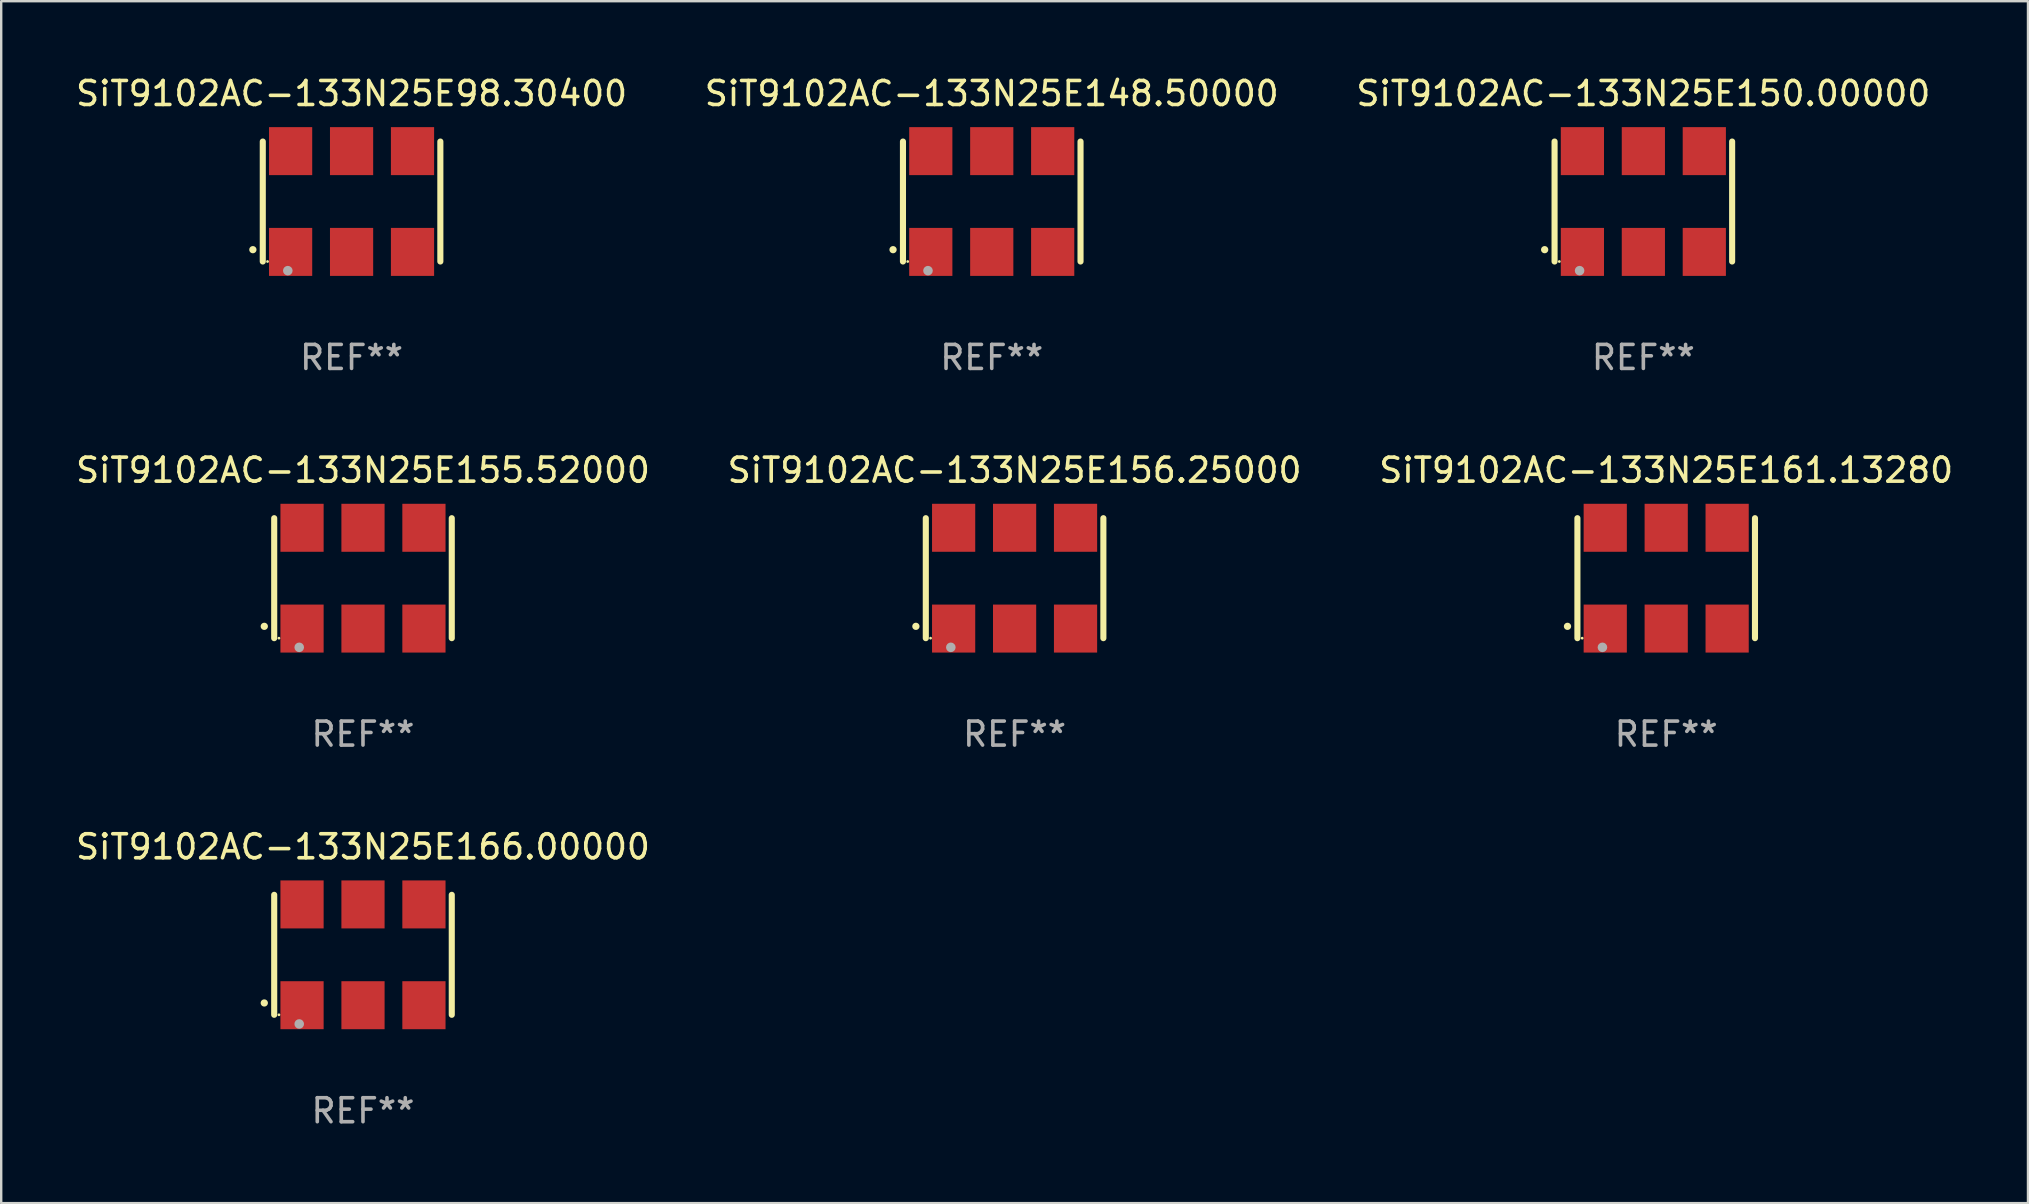
<source format=kicad_pcb>
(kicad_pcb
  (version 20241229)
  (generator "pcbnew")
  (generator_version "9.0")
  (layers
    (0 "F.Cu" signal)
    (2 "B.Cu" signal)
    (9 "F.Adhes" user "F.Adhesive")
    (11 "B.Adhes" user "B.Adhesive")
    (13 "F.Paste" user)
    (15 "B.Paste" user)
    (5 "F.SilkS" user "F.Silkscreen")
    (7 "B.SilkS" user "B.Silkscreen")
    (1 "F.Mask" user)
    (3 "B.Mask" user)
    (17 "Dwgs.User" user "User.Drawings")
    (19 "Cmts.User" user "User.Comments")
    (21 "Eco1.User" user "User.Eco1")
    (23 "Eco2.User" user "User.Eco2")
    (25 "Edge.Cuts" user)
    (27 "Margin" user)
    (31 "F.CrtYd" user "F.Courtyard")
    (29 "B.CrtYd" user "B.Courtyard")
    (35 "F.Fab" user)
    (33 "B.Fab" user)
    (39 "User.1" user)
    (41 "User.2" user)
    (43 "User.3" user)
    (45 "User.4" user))
  (footprint "SiT9102AC-133N25E98.30400"
    (layer "F.Cu")
    (at 11.601 5.348)
    (property "Reference" "SiT9102AC-133N25E98.30400" (at 0 -4.5 0) (layer "F.SilkS") (effects (font (size 1 1) (thickness 0.15))))
    (attr through_hole)
    (fp_line (start -3.7 -2.5) (end -3.7 2.5) (stroke (width 0.254) (type solid)) (layer "F.SilkS"))
    (fp_line (start 3.7 -2.5) (end 3.7 2.5) (stroke (width 0.254) (type solid)) (layer "F.SilkS"))
    (fp_arc (start -4.114415 2.006604) (mid -4.113145 2.006599) (end -4.111875 2.006604) (stroke (width 0.3) (type solid)) (layer "F.SilkS"))
    (fp_circle (center -3.502 2.5) (end -3.472 2.5) (stroke (width 0.06) (type solid)) (fill no) (layer "F.SilkS"))
    (fp_circle (center -2.657 2.882) (end -2.557 2.882) (stroke (width 0.2) (type solid)) (fill no) (layer "F.Fab"))
    (fp_text user "REF**" (at 0 6.5 0) (layer "F.Fab") (effects (font (size 1 1) (thickness 0.15))))
    (pad "1" smd rect (at -2.54 2.1) (size 1.8 2) (layers "F.Cu" "F.Mask" "F.Paste"))
    (pad "2" smd rect (at 0.000394 2.1) (size 1.8 2) (layers "F.Cu" "F.Mask" "F.Paste"))
    (pad "3" smd rect (at 2.54 2.1) (size 1.8 2) (layers "F.Cu" "F.Mask" "F.Paste"))
    (pad "4" smd rect (at 2.54 -2.1) (size 1.8 2) (layers "F.Cu" "F.Mask" "F.Paste"))
    (pad "5" smd rect (at 0.000394 -2.1) (size 1.8 2) (layers "F.Cu" "F.Mask" "F.Paste"))
    (pad "6" smd rect (at -2.54 -2.1) (size 1.8 2) (layers "F.Cu" "F.Mask" "F.Paste")))
  (footprint "SiT9102AC-133N25E150.00000"
    (layer "F.Cu")
    (at 65.435 5.348)
    (property "Reference" "SiT9102AC-133N25E150.00000" (at 0 -4.5 0) (layer "F.SilkS") (effects (font (size 1 1) (thickness 0.15))))
    (attr through_hole)
    (fp_line (start -3.7 -2.5) (end -3.7 2.5) (stroke (width 0.254) (type solid)) (layer "F.SilkS"))
    (fp_line (start 3.7 -2.5) (end 3.7 2.5) (stroke (width 0.254) (type solid)) (layer "F.SilkS"))
    (fp_arc (start -4.114415 2.006604) (mid -4.113145 2.006599) (end -4.111875 2.006604) (stroke (width 0.3) (type solid)) (layer "F.SilkS"))
    (fp_circle (center -3.502 2.5) (end -3.472 2.5) (stroke (width 0.06) (type solid)) (fill no) (layer "F.SilkS"))
    (fp_circle (center -2.657 2.882) (end -2.557 2.882) (stroke (width 0.2) (type solid)) (fill no) (layer "F.Fab"))
    (fp_text user "REF**" (at 0 6.5 0) (layer "F.Fab") (effects (font (size 1 1) (thickness 0.15))))
    (pad "1" smd rect (at -2.54 2.1) (size 1.8 2) (layers "F.Cu" "F.Mask" "F.Paste"))
    (pad "2" smd rect (at 0.000394 2.1) (size 1.8 2) (layers "F.Cu" "F.Mask" "F.Paste"))
    (pad "3" smd rect (at 2.54 2.1) (size 1.8 2) (layers "F.Cu" "F.Mask" "F.Paste"))
    (pad "4" smd rect (at 2.54 -2.1) (size 1.8 2) (layers "F.Cu" "F.Mask" "F.Paste"))
    (pad "5" smd rect (at 0.000394 -2.1) (size 1.8 2) (layers "F.Cu" "F.Mask" "F.Paste"))
    (pad "6" smd rect (at -2.54 -2.1) (size 1.8 2) (layers "F.Cu" "F.Mask" "F.Paste")))
  (footprint "SiT9102AC-133N25E161.13280"
    (layer "F.Cu")
    (at 66.387 21.045)
    (property "Reference" "SiT9102AC-133N25E161.13280" (at 0 -4.5 0) (layer "F.SilkS") (effects (font (size 1 1) (thickness 0.15))))
    (attr through_hole)
    (fp_line (start -3.7 -2.5) (end -3.7 2.5) (stroke (width 0.254) (type solid)) (layer "F.SilkS"))
    (fp_line (start 3.7 -2.5) (end 3.7 2.5) (stroke (width 0.254) (type solid)) (layer "F.SilkS"))
    (fp_arc (start -4.114415 2.006604) (mid -4.113145 2.006599) (end -4.111875 2.006604) (stroke (width 0.3) (type solid)) (layer "F.SilkS"))
    (fp_circle (center -3.502 2.5) (end -3.472 2.5) (stroke (width 0.06) (type solid)) (fill no) (layer "F.SilkS"))
    (fp_circle (center -2.657 2.882) (end -2.557 2.882) (stroke (width 0.2) (type solid)) (fill no) (layer "F.Fab"))
    (fp_text user "REF**" (at 0 6.5 0) (layer "F.Fab") (effects (font (size 1 1) (thickness 0.15))))
    (pad "1" smd rect (at -2.54 2.1) (size 1.8 2) (layers "F.Cu" "F.Mask" "F.Paste"))
    (pad "2" smd rect (at 0.000394 2.1) (size 1.8 2) (layers "F.Cu" "F.Mask" "F.Paste"))
    (pad "3" smd rect (at 2.54 2.1) (size 1.8 2) (layers "F.Cu" "F.Mask" "F.Paste"))
    (pad "4" smd rect (at 2.54 -2.1) (size 1.8 2) (layers "F.Cu" "F.Mask" "F.Paste"))
    (pad "5" smd rect (at 0.000394 -2.1) (size 1.8 2) (layers "F.Cu" "F.Mask" "F.Paste"))
    (pad "6" smd rect (at -2.54 -2.1) (size 1.8 2) (layers "F.Cu" "F.Mask" "F.Paste")))
  (footprint "SiT9102AC-133N25E166.00000"
    (layer "F.Cu")
    (at 12.077 36.741)
    (property "Reference" "SiT9102AC-133N25E166.00000" (at 0 -4.5 0) (layer "F.SilkS") (effects (font (size 1 1) (thickness 0.15))))
    (attr through_hole)
    (fp_line (start -3.7 -2.5) (end -3.7 2.5) (stroke (width 0.254) (type solid)) (layer "F.SilkS"))
    (fp_line (start 3.7 -2.5) (end 3.7 2.5) (stroke (width 0.254) (type solid)) (layer "F.SilkS"))
    (fp_arc (start -4.114415 2.006604) (mid -4.113145 2.006599) (end -4.111875 2.006604) (stroke (width 0.3) (type solid)) (layer "F.SilkS"))
    (fp_circle (center -3.502 2.5) (end -3.472 2.5) (stroke (width 0.06) (type solid)) (fill no) (layer "F.SilkS"))
    (fp_circle (center -2.657 2.882) (end -2.557 2.882) (stroke (width 0.2) (type solid)) (fill no) (layer "F.Fab"))
    (fp_text user "REF**" (at 0 6.5 0) (layer "F.Fab") (effects (font (size 1 1) (thickness 0.15))))
    (pad "1" smd rect (at -2.54 2.1) (size 1.8 2) (layers "F.Cu" "F.Mask" "F.Paste"))
    (pad "2" smd rect (at 0.000394 2.1) (size 1.8 2) (layers "F.Cu" "F.Mask" "F.Paste"))
    (pad "3" smd rect (at 2.54 2.1) (size 1.8 2) (layers "F.Cu" "F.Mask" "F.Paste"))
    (pad "4" smd rect (at 2.54 -2.1) (size 1.8 2) (layers "F.Cu" "F.Mask" "F.Paste"))
    (pad "5" smd rect (at 0.000394 -2.1) (size 1.8 2) (layers "F.Cu" "F.Mask" "F.Paste"))
    (pad "6" smd rect (at -2.54 -2.1) (size 1.8 2) (layers "F.Cu" "F.Mask" "F.Paste")))
  (footprint "SiT9102AC-133N25E156.25000"
    (layer "F.Cu")
    (at 39.232 21.045)
    (property "Reference" "SiT9102AC-133N25E156.25000" (at 0 -4.5 0) (layer "F.SilkS") (effects (font (size 1 1) (thickness 0.15))))
    (attr through_hole)
    (fp_line (start -3.7 -2.5) (end -3.7 2.5) (stroke (width 0.254) (type solid)) (layer "F.SilkS"))
    (fp_line (start 3.7 -2.5) (end 3.7 2.5) (stroke (width 0.254) (type solid)) (layer "F.SilkS"))
    (fp_arc (start -4.114415 2.006604) (mid -4.113145 2.006599) (end -4.111875 2.006604) (stroke (width 0.3) (type solid)) (layer "F.SilkS"))
    (fp_circle (center -3.502 2.5) (end -3.472 2.5) (stroke (width 0.06) (type solid)) (fill no) (layer "F.SilkS"))
    (fp_circle (center -2.657 2.882) (end -2.557 2.882) (stroke (width 0.2) (type solid)) (fill no) (layer "F.Fab"))
    (fp_text user "REF**" (at 0 6.5 0) (layer "F.Fab") (effects (font (size 1 1) (thickness 0.15))))
    (pad "1" smd rect (at -2.54 2.1) (size 1.8 2) (layers "F.Cu" "F.Mask" "F.Paste"))
    (pad "2" smd rect (at 0.000394 2.1) (size 1.8 2) (layers "F.Cu" "F.Mask" "F.Paste"))
    (pad "3" smd rect (at 2.54 2.1) (size 1.8 2) (layers "F.Cu" "F.Mask" "F.Paste"))
    (pad "4" smd rect (at 2.54 -2.1) (size 1.8 2) (layers "F.Cu" "F.Mask" "F.Paste"))
    (pad "5" smd rect (at 0.000394 -2.1) (size 1.8 2) (layers "F.Cu" "F.Mask" "F.Paste"))
    (pad "6" smd rect (at -2.54 -2.1) (size 1.8 2) (layers "F.Cu" "F.Mask" "F.Paste")))
  (footprint "SiT9102AC-133N25E148.50000"
    (layer "F.Cu")
    (at 38.28 5.348)
    (property "Reference" "SiT9102AC-133N25E148.50000" (at 0 -4.5 0) (layer "F.SilkS") (effects (font (size 1 1) (thickness 0.15))))
    (attr through_hole)
    (fp_line (start -3.7 -2.5) (end -3.7 2.5) (stroke (width 0.254) (type solid)) (layer "F.SilkS"))
    (fp_line (start 3.7 -2.5) (end 3.7 2.5) (stroke (width 0.254) (type solid)) (layer "F.SilkS"))
    (fp_arc (start -4.114415 2.006604) (mid -4.113145 2.006599) (end -4.111875 2.006604) (stroke (width 0.3) (type solid)) (layer "F.SilkS"))
    (fp_circle (center -3.502 2.5) (end -3.472 2.5) (stroke (width 0.06) (type solid)) (fill no) (layer "F.SilkS"))
    (fp_circle (center -2.657 2.882) (end -2.557 2.882) (stroke (width 0.2) (type solid)) (fill no) (layer "F.Fab"))
    (fp_text user "REF**" (at 0 6.5 0) (layer "F.Fab") (effects (font (size 1 1) (thickness 0.15))))
    (pad "1" smd rect (at -2.54 2.1) (size 1.8 2) (layers "F.Cu" "F.Mask" "F.Paste"))
    (pad "2" smd rect (at 0.000394 2.1) (size 1.8 2) (layers "F.Cu" "F.Mask" "F.Paste"))
    (pad "3" smd rect (at 2.54 2.1) (size 1.8 2) (layers "F.Cu" "F.Mask" "F.Paste"))
    (pad "4" smd rect (at 2.54 -2.1) (size 1.8 2) (layers "F.Cu" "F.Mask" "F.Paste"))
    (pad "5" smd rect (at 0.000394 -2.1) (size 1.8 2) (layers "F.Cu" "F.Mask" "F.Paste"))
    (pad "6" smd rect (at -2.54 -2.1) (size 1.8 2) (layers "F.Cu" "F.Mask" "F.Paste")))
  (footprint "SiT9102AC-133N25E155.52000"
    (layer "F.Cu")
    (at 12.077 21.045)
    (property "Reference" "SiT9102AC-133N25E155.52000" (at 0 -4.5 0) (layer "F.SilkS") (effects (font (size 1 1) (thickness 0.15))))
    (attr through_hole)
    (fp_line (start -3.7 -2.5) (end -3.7 2.5) (stroke (width 0.254) (type solid)) (layer "F.SilkS"))
    (fp_line (start 3.7 -2.5) (end 3.7 2.5) (stroke (width 0.254) (type solid)) (layer "F.SilkS"))
    (fp_arc (start -4.114415 2.006604) (mid -4.113145 2.006599) (end -4.111875 2.006604) (stroke (width 0.3) (type solid)) (layer "F.SilkS"))
    (fp_circle (center -3.502 2.5) (end -3.472 2.5) (stroke (width 0.06) (type solid)) (fill no) (layer "F.SilkS"))
    (fp_circle (center -2.657 2.882) (end -2.557 2.882) (stroke (width 0.2) (type solid)) (fill no) (layer "F.Fab"))
    (fp_text user "REF**" (at 0 6.5 0) (layer "F.Fab") (effects (font (size 1 1) (thickness 0.15))))
    (pad "1" smd rect (at -2.54 2.1) (size 1.8 2) (layers "F.Cu" "F.Mask" "F.Paste"))
    (pad "2" smd rect (at 0.000394 2.1) (size 1.8 2) (layers "F.Cu" "F.Mask" "F.Paste"))
    (pad "3" smd rect (at 2.54 2.1) (size 1.8 2) (layers "F.Cu" "F.Mask" "F.Paste"))
    (pad "4" smd rect (at 2.54 -2.1) (size 1.8 2) (layers "F.Cu" "F.Mask" "F.Paste"))
    (pad "5" smd rect (at 0.000394 -2.1) (size 1.8 2) (layers "F.Cu" "F.Mask" "F.Paste"))
    (pad "6" smd rect (at -2.54 -2.1) (size 1.8 2) (layers "F.Cu" "F.Mask" "F.Paste")))
  (gr_rect
    (start -3 -3)
    (end 81.464 47.09)
    (stroke (width 0.1) (type default))
    (fill no)
    (layer "Edge.Cuts")))
</source>
